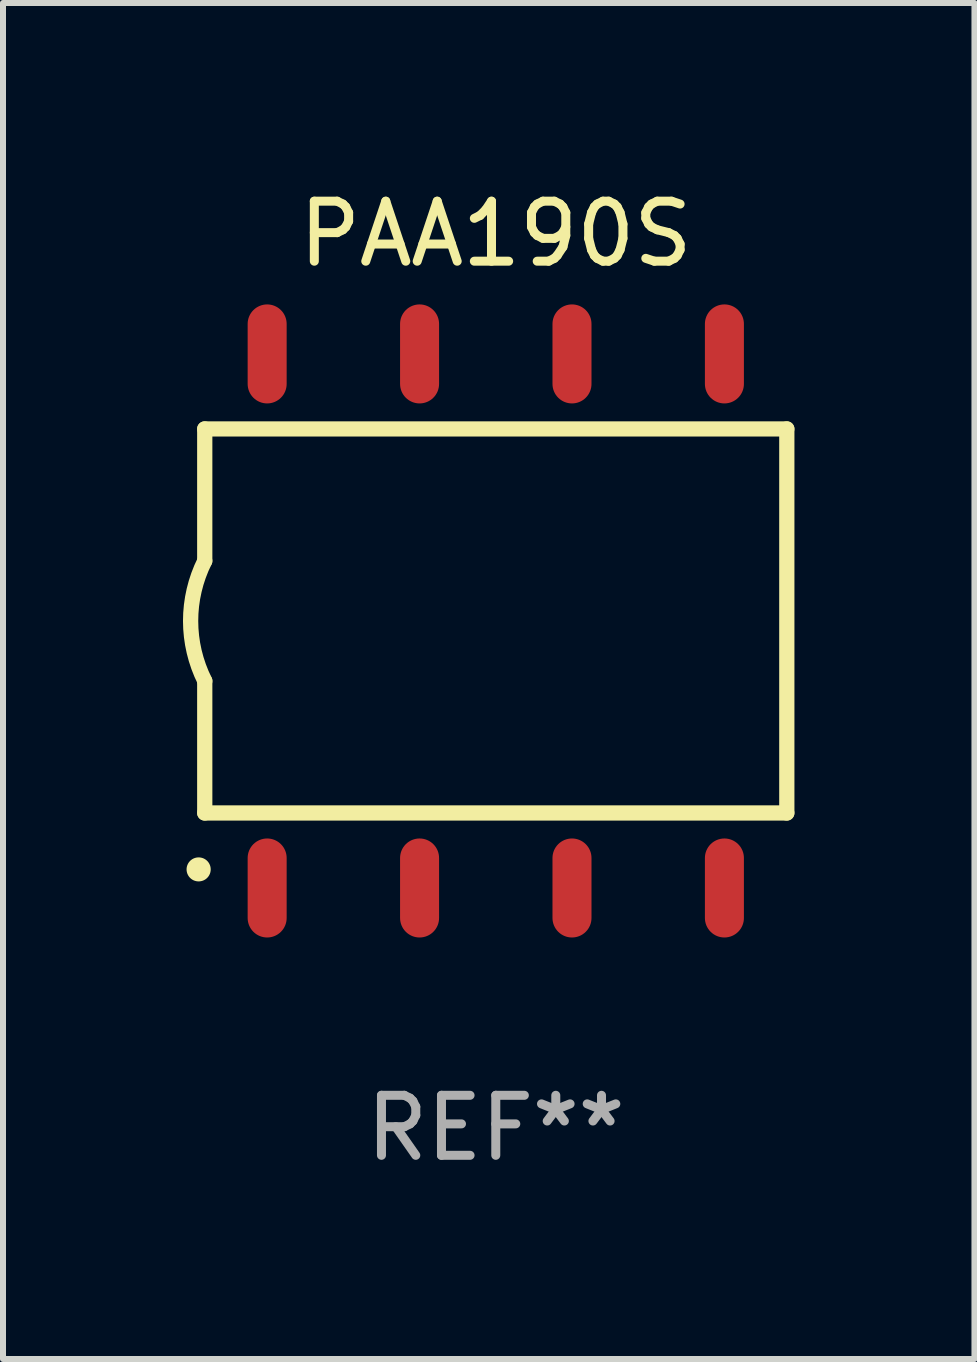
<source format=kicad_pcb>
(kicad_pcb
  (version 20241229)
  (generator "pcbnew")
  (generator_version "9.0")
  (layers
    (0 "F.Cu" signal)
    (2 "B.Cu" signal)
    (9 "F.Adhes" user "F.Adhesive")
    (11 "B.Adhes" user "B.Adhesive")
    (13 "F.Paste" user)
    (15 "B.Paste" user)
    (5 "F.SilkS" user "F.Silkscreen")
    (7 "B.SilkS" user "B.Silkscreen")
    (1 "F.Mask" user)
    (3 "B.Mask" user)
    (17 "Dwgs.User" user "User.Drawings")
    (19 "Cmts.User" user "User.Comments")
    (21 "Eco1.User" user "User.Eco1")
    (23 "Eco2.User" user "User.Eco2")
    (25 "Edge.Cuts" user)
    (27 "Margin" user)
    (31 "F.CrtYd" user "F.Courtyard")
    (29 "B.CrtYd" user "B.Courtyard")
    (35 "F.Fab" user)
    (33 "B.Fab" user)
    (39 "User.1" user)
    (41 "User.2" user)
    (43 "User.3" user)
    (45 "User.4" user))
  (footprint "PAA190S"
    (layer "F.Cu")
    (at 5.212 7.298)
    (property "Reference" "PAA190S" (at 0 -6.45 0) (layer "F.SilkS") (effects (font (size 1 1) (thickness 0.15))))
    (attr through_hole)
    (fp_line (start -4.85 -3.2) (end -4.85 -1) (stroke (width 0.254) (type solid)) (layer "F.SilkS"))
    (fp_line (start -4.85 -3.2) (end 4.85 -3.2) (stroke (width 0.254) (type solid)) (layer "F.SilkS"))
    (fp_line (start -4.85 3.2) (end -4.85 1) (stroke (width 0.254) (type solid)) (layer "F.SilkS"))
    (fp_line (start 4.85 -3.2) (end 4.85 3.2) (stroke (width 0.254) (type solid)) (layer "F.SilkS"))
    (fp_line (start 4.85 3.2) (end -4.85 3.2) (stroke (width 0.254) (type solid)) (layer "F.SilkS"))
    (fp_arc (start -4.95301 4.140208) (mid -4.95174 4.140204) (end -4.95047 4.140208) (stroke (width 0.4) (type solid)) (layer "F.SilkS"))
    (fp_arc (start -4.84887 1.000762) (mid -5.085418 0.000516) (end -4.850013 -1) (stroke (width 0.254001) (type solid)) (layer "F.SilkS"))
    (fp_text user "REF**" (at 0 8.45 0) (layer "F.Fab") (effects (font (size 1 1) (thickness 0.15))))
    (pad "1" smd oval (at -3.81 4.45) (size 0.65 1.65) (layers "F.Cu" "F.Mask" "F.Paste"))
    (pad "2" smd oval (at -1.27 4.45) (size 0.65 1.65) (layers "F.Cu" "F.Mask" "F.Paste"))
    (pad "3" smd oval (at 1.27 4.45) (size 0.65 1.65) (layers "F.Cu" "F.Mask" "F.Paste"))
    (pad "4" smd oval (at 3.81 4.45) (size 0.65 1.65) (layers "F.Cu" "F.Mask" "F.Paste"))
    (pad "5" smd oval (at 3.81 -4.45 180) (size 0.65 1.65) (layers "F.Cu" "F.Mask" "F.Paste"))
    (pad "6" smd oval (at 1.27 -4.45 180) (size 0.65 1.65) (layers "F.Cu" "F.Mask" "F.Paste"))
    (pad "7" smd oval (at -1.27 -4.45 180) (size 0.65 1.65) (layers "F.Cu" "F.Mask" "F.Paste"))
    (pad "8" smd oval (at -3.81 -4.45 180) (size 0.65 1.65) (layers "F.Cu" "F.Mask" "F.Paste")))
  (gr_rect
    (start -3 -3)
    (end 13.189 19.597)
    (stroke (width 0.1) (type default))
    (fill no)
    (layer "Edge.Cuts")))
</source>
